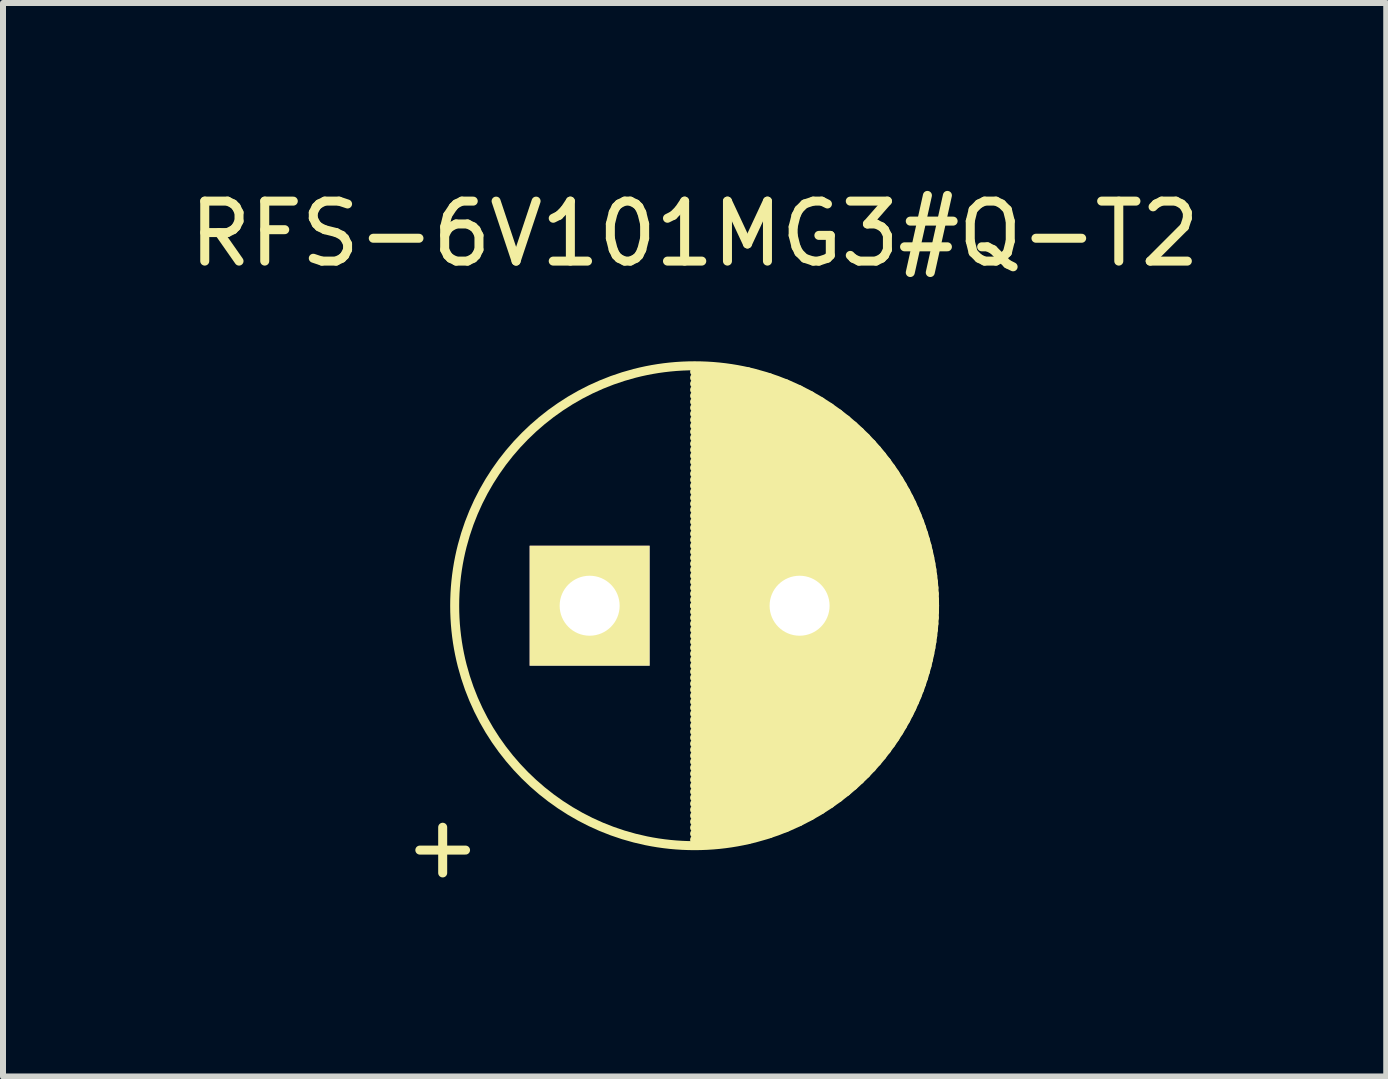
<source format=kicad_pcb>
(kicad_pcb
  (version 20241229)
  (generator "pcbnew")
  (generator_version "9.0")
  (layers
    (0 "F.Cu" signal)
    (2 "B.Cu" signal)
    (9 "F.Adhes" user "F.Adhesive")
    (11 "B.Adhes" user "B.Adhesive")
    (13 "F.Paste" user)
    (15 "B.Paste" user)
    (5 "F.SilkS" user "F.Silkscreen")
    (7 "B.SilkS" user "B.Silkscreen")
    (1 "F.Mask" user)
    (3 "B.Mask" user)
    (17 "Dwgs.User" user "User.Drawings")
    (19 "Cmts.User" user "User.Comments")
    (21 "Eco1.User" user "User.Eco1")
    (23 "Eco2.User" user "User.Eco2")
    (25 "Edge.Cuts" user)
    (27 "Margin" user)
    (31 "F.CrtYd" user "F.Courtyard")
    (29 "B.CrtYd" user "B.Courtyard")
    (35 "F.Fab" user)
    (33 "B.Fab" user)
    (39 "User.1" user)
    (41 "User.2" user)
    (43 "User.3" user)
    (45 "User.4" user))
  (footprint "RFS-6V101MG3#Q-T2"
    (layer "F.Cu")
    (at 6.78 7.048)
    (property "Reference" "RFS-6V101MG3#Q-T2" (at 1.75 -6.2 0) (layer "F.SilkS") (effects (font (size 1 1) (thickness 0.15))))
    (attr through_hole)
    (fp_line (start 1.75 -3.9) (end 2.639 -3.9) (stroke (width 0.15) (type solid)) (layer "F.SilkS"))
    (fp_line (start 1.75 -3.8) (end 2.999 -3.8) (stroke (width 0.15) (type solid)) (layer "F.SilkS"))
    (fp_line (start 1.75 -3.7) (end 3.27 -3.7) (stroke (width 0.15) (type solid)) (layer "F.SilkS"))
    (fp_line (start 1.75 -3.6) (end 3.494 -3.6) (stroke (width 0.15) (type solid)) (layer "F.SilkS"))
    (fp_line (start 1.75 -3.5) (end 3.686 -3.5) (stroke (width 0.15) (type solid)) (layer "F.SilkS"))
    (fp_line (start 1.75 -3.4) (end 3.857 -3.4) (stroke (width 0.15) (type solid)) (layer "F.SilkS"))
    (fp_line (start 1.75 -3.3) (end 4.011 -3.3) (stroke (width 0.15) (type solid)) (layer "F.SilkS"))
    (fp_line (start 1.75 -3.2) (end 4.15 -3.2) (stroke (width 0.15) (type solid)) (layer "F.SilkS"))
    (fp_line (start 1.75 -3.1) (end 4.278 -3.1) (stroke (width 0.15) (type solid)) (layer "F.SilkS"))
    (fp_line (start 1.75 -3) (end 4.396 -3) (stroke (width 0.15) (type solid)) (layer "F.SilkS"))
    (fp_line (start 1.75 -2.9) (end 4.505 -2.9) (stroke (width 0.15) (type solid)) (layer "F.SilkS"))
    (fp_line (start 1.75 -2.8) (end 4.607 -2.8) (stroke (width 0.15) (type solid)) (layer "F.SilkS"))
    (fp_line (start 1.75 -2.7) (end 4.701 -2.7) (stroke (width 0.15) (type solid)) (layer "F.SilkS"))
    (fp_line (start 1.75 -2.6) (end 4.79 -2.6) (stroke (width 0.15) (type solid)) (layer "F.SilkS"))
    (fp_line (start 1.75 -2.5) (end 4.872 -2.5) (stroke (width 0.15) (type solid)) (layer "F.SilkS"))
    (fp_line (start 1.75 -2.4) (end 4.95 -2.4) (stroke (width 0.15) (type solid)) (layer "F.SilkS"))
    (fp_line (start 1.75 -2.3) (end 5.023 -2.3) (stroke (width 0.15) (type solid)) (layer "F.SilkS"))
    (fp_line (start 1.75 -2.2) (end 5.091 -2.2) (stroke (width 0.15) (type solid)) (layer "F.SilkS"))
    (fp_line (start 1.75 -2.1) (end 5.154 -2.1) (stroke (width 0.15) (type solid)) (layer "F.SilkS"))
    (fp_line (start 1.75 -2) (end 5.214 -2) (stroke (width 0.15) (type solid)) (layer "F.SilkS"))
    (fp_line (start 1.75 -1.9) (end 5.27 -1.9) (stroke (width 0.15) (type solid)) (layer "F.SilkS"))
    (fp_line (start 1.75 -1.8) (end 5.322 -1.8) (stroke (width 0.15) (type solid)) (layer "F.SilkS"))
    (fp_line (start 1.75 -1.7) (end 5.371 -1.7) (stroke (width 0.15) (type solid)) (layer "F.SilkS"))
    (fp_line (start 1.75 -1.6) (end 5.416 -1.6) (stroke (width 0.15) (type solid)) (layer "F.SilkS"))
    (fp_line (start 1.75 -1.5) (end 5.458 -1.5) (stroke (width 0.15) (type solid)) (layer "F.SilkS"))
    (fp_line (start 1.75 -1.4) (end 5.497 -1.4) (stroke (width 0.15) (type solid)) (layer "F.SilkS"))
    (fp_line (start 1.75 -1.3) (end 5.533 -1.3) (stroke (width 0.15) (type solid)) (layer "F.SilkS"))
    (fp_line (start 1.75 -1.2) (end 5.566 -1.2) (stroke (width 0.15) (type solid)) (layer "F.SilkS"))
    (fp_line (start 1.75 -1.1) (end 5.596 -1.1) (stroke (width 0.15) (type solid)) (layer "F.SilkS"))
    (fp_line (start 1.75 -1) (end 5.623 -1) (stroke (width 0.15) (type solid)) (layer "F.SilkS"))
    (fp_line (start 1.75 -0.9) (end 5.647 -0.9) (stroke (width 0.15) (type solid)) (layer "F.SilkS"))
    (fp_line (start 1.75 -0.8) (end 5.669 -0.8) (stroke (width 0.15) (type solid)) (layer "F.SilkS"))
    (fp_line (start 1.75 -0.7) (end 5.688 -0.7) (stroke (width 0.15) (type solid)) (layer "F.SilkS"))
    (fp_line (start 1.75 -0.6) (end 5.705 -0.6) (stroke (width 0.15) (type solid)) (layer "F.SilkS"))
    (fp_line (start 1.75 -0.5) (end 5.719 -0.5) (stroke (width 0.15) (type solid)) (layer "F.SilkS"))
    (fp_line (start 1.75 -0.4) (end 5.73 -0.4) (stroke (width 0.15) (type solid)) (layer "F.SilkS"))
    (fp_line (start 1.75 -0.3) (end 5.739 -0.3) (stroke (width 0.15) (type solid)) (layer "F.SilkS"))
    (fp_line (start 1.75 -0.2) (end 5.745 -0.2) (stroke (width 0.15) (type solid)) (layer "F.SilkS"))
    (fp_line (start 1.75 -0.1) (end 5.749 -0.1) (stroke (width 0.15) (type solid)) (layer "F.SilkS"))
    (fp_line (start 1.75 0) (end 5.75 0) (stroke (width 0.15) (type solid)) (layer "F.SilkS"))
    (fp_line (start 1.75 0) (end 5.75 0) (stroke (width 0.15) (type solid)) (layer "F.SilkS"))
    (fp_line (start 1.75 0.1) (end 5.749 0.1) (stroke (width 0.15) (type solid)) (layer "F.SilkS"))
    (fp_line (start 1.75 0.2) (end 5.745 0.2) (stroke (width 0.15) (type solid)) (layer "F.SilkS"))
    (fp_line (start 1.75 0.3) (end 5.739 0.3) (stroke (width 0.15) (type solid)) (layer "F.SilkS"))
    (fp_line (start 1.75 0.4) (end 5.73 0.4) (stroke (width 0.15) (type solid)) (layer "F.SilkS"))
    (fp_line (start 1.75 0.5) (end 5.719 0.5) (stroke (width 0.15) (type solid)) (layer "F.SilkS"))
    (fp_line (start 1.75 0.6) (end 5.705 0.6) (stroke (width 0.15) (type solid)) (layer "F.SilkS"))
    (fp_line (start 1.75 0.7) (end 5.688 0.7) (stroke (width 0.15) (type solid)) (layer "F.SilkS"))
    (fp_line (start 1.75 0.8) (end 5.669 0.8) (stroke (width 0.15) (type solid)) (layer "F.SilkS"))
    (fp_line (start 1.75 0.9) (end 5.647 0.9) (stroke (width 0.15) (type solid)) (layer "F.SilkS"))
    (fp_line (start 1.75 1) (end 5.623 1) (stroke (width 0.15) (type solid)) (layer "F.SilkS"))
    (fp_line (start 1.75 1.1) (end 5.596 1.1) (stroke (width 0.15) (type solid)) (layer "F.SilkS"))
    (fp_line (start 1.75 1.2) (end 5.566 1.2) (stroke (width 0.15) (type solid)) (layer "F.SilkS"))
    (fp_line (start 1.75 1.3) (end 5.533 1.3) (stroke (width 0.15) (type solid)) (layer "F.SilkS"))
    (fp_line (start 1.75 1.4) (end 5.497 1.4) (stroke (width 0.15) (type solid)) (layer "F.SilkS"))
    (fp_line (start 1.75 1.5) (end 5.458 1.5) (stroke (width 0.15) (type solid)) (layer "F.SilkS"))
    (fp_line (start 1.75 1.6) (end 5.416 1.6) (stroke (width 0.15) (type solid)) (layer "F.SilkS"))
    (fp_line (start 1.75 1.7) (end 5.371 1.7) (stroke (width 0.15) (type solid)) (layer "F.SilkS"))
    (fp_line (start 1.75 1.8) (end 5.322 1.8) (stroke (width 0.15) (type solid)) (layer "F.SilkS"))
    (fp_line (start 1.75 1.9) (end 5.27 1.9) (stroke (width 0.15) (type solid)) (layer "F.SilkS"))
    (fp_line (start 1.75 2) (end 5.214 2) (stroke (width 0.15) (type solid)) (layer "F.SilkS"))
    (fp_line (start 1.75 2.1) (end 5.154 2.1) (stroke (width 0.15) (type solid)) (layer "F.SilkS"))
    (fp_line (start 1.75 2.2) (end 5.091 2.2) (stroke (width 0.15) (type solid)) (layer "F.SilkS"))
    (fp_line (start 1.75 2.3) (end 5.023 2.3) (stroke (width 0.15) (type solid)) (layer "F.SilkS"))
    (fp_line (start 1.75 2.4) (end 4.95 2.4) (stroke (width 0.15) (type solid)) (layer "F.SilkS"))
    (fp_line (start 1.75 2.5) (end 4.872 2.5) (stroke (width 0.15) (type solid)) (layer "F.SilkS"))
    (fp_line (start 1.75 2.6) (end 4.79 2.6) (stroke (width 0.15) (type solid)) (layer "F.SilkS"))
    (fp_line (start 1.75 2.7) (end 4.701 2.7) (stroke (width 0.15) (type solid)) (layer "F.SilkS"))
    (fp_line (start 1.75 2.8) (end 4.607 2.8) (stroke (width 0.15) (type solid)) (layer "F.SilkS"))
    (fp_line (start 1.75 2.9) (end 4.505 2.9) (stroke (width 0.15) (type solid)) (layer "F.SilkS"))
    (fp_line (start 1.75 3) (end 4.396 3) (stroke (width 0.15) (type solid)) (layer "F.SilkS"))
    (fp_line (start 1.75 3.1) (end 4.278 3.1) (stroke (width 0.15) (type solid)) (layer "F.SilkS"))
    (fp_line (start 1.75 3.2) (end 4.15 3.2) (stroke (width 0.15) (type solid)) (layer "F.SilkS"))
    (fp_line (start 1.75 3.3) (end 4.011 3.3) (stroke (width 0.15) (type solid)) (layer "F.SilkS"))
    (fp_line (start 1.75 3.4) (end 3.857 3.4) (stroke (width 0.15) (type solid)) (layer "F.SilkS"))
    (fp_line (start 1.75 3.5) (end 3.686 3.5) (stroke (width 0.15) (type solid)) (layer "F.SilkS"))
    (fp_line (start 1.75 3.6) (end 3.494 3.6) (stroke (width 0.15) (type solid)) (layer "F.SilkS"))
    (fp_line (start 1.75 3.7) (end 3.27 3.7) (stroke (width 0.15) (type solid)) (layer "F.SilkS"))
    (fp_line (start 1.75 3.8) (end 2.999 3.8) (stroke (width 0.15) (type solid)) (layer "F.SilkS"))
    (fp_line (start 1.75 3.9) (end 2.639 3.9) (stroke (width 0.15) (type solid)) (layer "F.SilkS"))
    (fp_circle (center 1.75 0) (end 1.75 -4) (stroke (width 0.15) (type solid)) (fill no) (layer "F.SilkS"))
    (fp_text user "+" (at -2.45 4 0) (layer "F.SilkS") (effects (font (size 1 1) (thickness 0.15))))
    (pad "1" thru_hole rect (at 0 0) (size 2 2) (drill 1) (layers "*.Cu" "*.Mask" "F.SilkS"))
    (pad "2" thru_hole circle (at 3.5 0) (size 2 2) (drill 1) (layers "*.Cu" "*.Mask" "F.SilkS")))
  (gr_rect
    (start -3 -3)
    (end 20.06 14.896)
    (stroke (width 0.1) (type default))
    (fill no)
    (layer "Edge.Cuts")))
</source>
